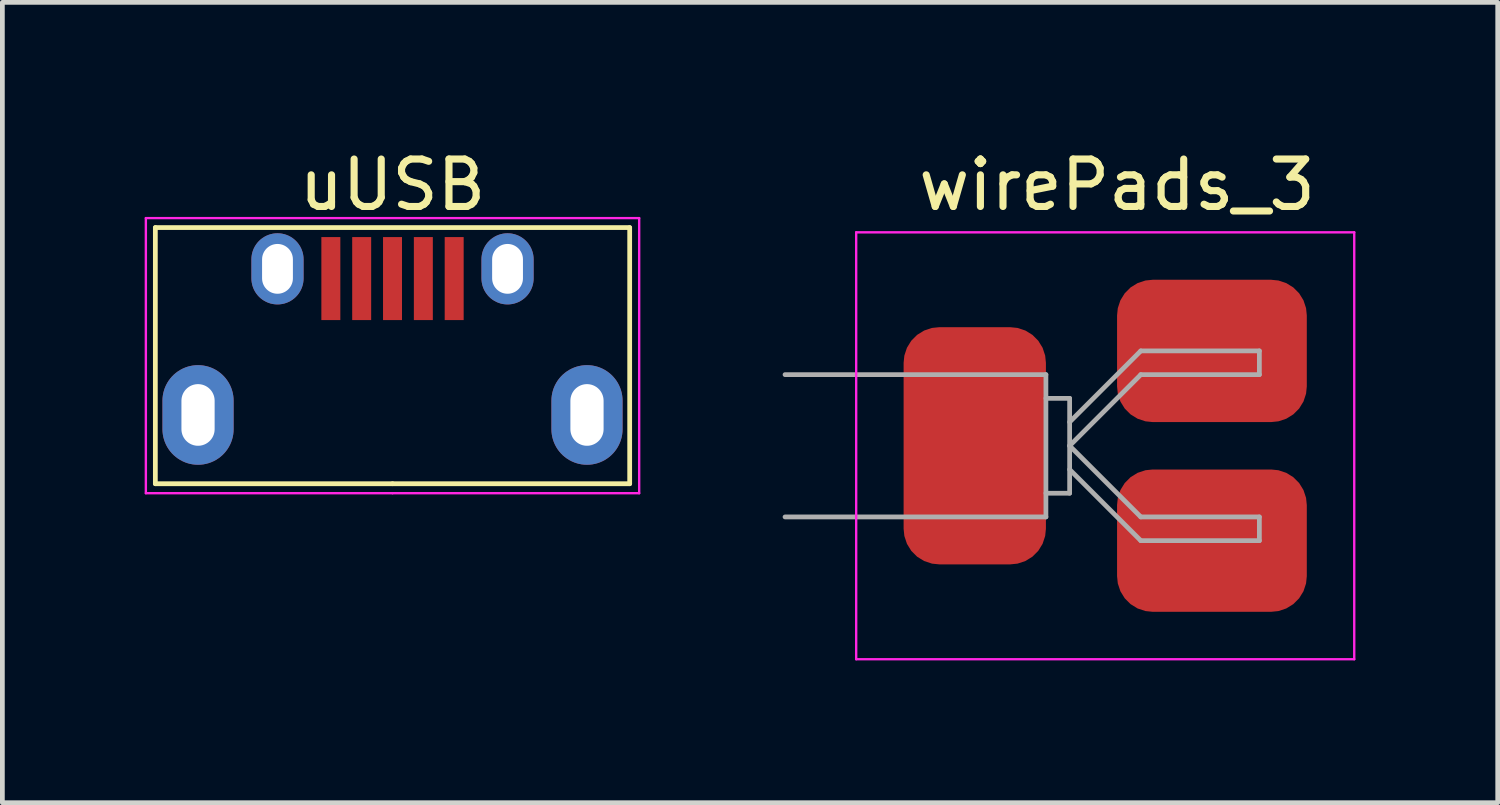
<source format=kicad_pcb>
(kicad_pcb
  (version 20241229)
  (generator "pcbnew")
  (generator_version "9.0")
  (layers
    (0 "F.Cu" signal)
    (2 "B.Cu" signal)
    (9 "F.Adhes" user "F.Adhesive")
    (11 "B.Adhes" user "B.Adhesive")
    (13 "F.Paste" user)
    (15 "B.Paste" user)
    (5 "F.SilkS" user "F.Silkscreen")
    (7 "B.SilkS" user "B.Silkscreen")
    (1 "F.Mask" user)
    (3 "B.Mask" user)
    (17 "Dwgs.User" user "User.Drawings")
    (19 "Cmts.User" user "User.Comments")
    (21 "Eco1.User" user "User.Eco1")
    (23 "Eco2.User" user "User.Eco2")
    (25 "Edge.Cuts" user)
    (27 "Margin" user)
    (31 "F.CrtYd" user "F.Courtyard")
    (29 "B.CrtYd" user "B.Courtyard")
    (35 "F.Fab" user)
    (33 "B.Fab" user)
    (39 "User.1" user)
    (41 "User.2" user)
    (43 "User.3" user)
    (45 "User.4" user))
  (footprint "wirePads_3"
    (layer "F.Cu")
    (at 20.5 6.348)
    (property "Reference" "wirePads_3" (at 0 -5.5 0) (layer "F.SilkS") (effects (font (size 1 1) (thickness 0.15))))
    (attr through_hole)
    (fp_line (start -5.5 -4.5) (end -5.5 4.5) (stroke (width 0.05) (type solid)) (layer "F.CrtYd"))
    (fp_line (start -5.5 4.5) (end 5 4.5) (stroke (width 0.05) (type solid)) (layer "F.CrtYd"))
    (fp_line (start 5 -4.5) (end -5.5 -4.5) (stroke (width 0.05) (type solid)) (layer "F.CrtYd"))
    (fp_line (start 5 4.5) (end 5 -4.5) (stroke (width 0.05) (type solid)) (layer "F.CrtYd"))
    (fp_line (start -7 -1.5) (end -1.5 -1.5) (stroke (width 0.1) (type solid)) (layer "F.Fab"))
    (fp_line (start -1.5 -1.5) (end -1.5 1.5) (stroke (width 0.1) (type solid)) (layer "F.Fab"))
    (fp_line (start -1.5 -1) (end -1 -1) (stroke (width 0.1) (type solid)) (layer "F.Fab"))
    (fp_line (start -1.5 1.5) (end -7 1.5) (stroke (width 0.1) (type solid)) (layer "F.Fab"))
    (fp_line (start -1 -1) (end -1 1) (stroke (width 0.1) (type solid)) (layer "F.Fab"))
    (fp_line (start -1 -0.5) (end 0.5 -2) (stroke (width 0.1) (type solid)) (layer "F.Fab"))
    (fp_line (start -1 0) (end 0.5 1.5) (stroke (width 0.1) (type solid)) (layer "F.Fab"))
    (fp_line (start -1 1) (end -1.5 1) (stroke (width 0.1) (type solid)) (layer "F.Fab"))
    (fp_line (start 0.5 -2) (end 3 -2) (stroke (width 0.1) (type solid)) (layer "F.Fab"))
    (fp_line (start 0.5 -1.5) (end -1 0) (stroke (width 0.1) (type solid)) (layer "F.Fab"))
    (fp_line (start 0.5 1.5) (end 3 1.5) (stroke (width 0.1) (type solid)) (layer "F.Fab"))
    (fp_line (start 0.5 2) (end -1 0.5) (stroke (width 0.1) (type solid)) (layer "F.Fab"))
    (fp_line (start 3 -2) (end 3 -1.5) (stroke (width 0.1) (type solid)) (layer "F.Fab"))
    (fp_line (start 3 -1.5) (end 0.5 -1.5) (stroke (width 0.1) (type solid)) (layer "F.Fab"))
    (fp_line (start 3 1.5) (end 3 2) (stroke (width 0.1) (type solid)) (layer "F.Fab"))
    (fp_line (start 3 2) (end 0.5 2) (stroke (width 0.1) (type solid)) (layer "F.Fab"))
    (pad "1" smd roundrect (at -3 0) (size 3 5) (layers "F.Cu" "F.Mask") (roundrect_rratio 0.25))
    (pad "2" smd roundrect (at 2 2) (size 4 3) (layers "F.Cu" "F.Mask") (roundrect_rratio 0.25))
    (pad "3" smd roundrect (at 2 -2) (size 4 3) (layers "F.Cu" "F.Mask") (roundrect_rratio 0.25)))
  (footprint "uUSB"
    (layer "F.Cu")
    (at 5.225 7.348)
    (property "Reference" "uUSB" (at 0 -6.5 0) (layer "F.SilkS") (effects (font (size 1 1) (thickness 0.15))))
    (attr through_hole)
    (fp_line (start -5 -5.6) (end -5 -0.2) (stroke (width 0.1) (type solid)) (layer "F.SilkS"))
    (fp_line (start -5 -0.2) (end 0 -0.2) (stroke (width 0.1) (type solid)) (layer "F.SilkS"))
    (fp_line (start 0 -0.2) (end 5 -0.2) (stroke (width 0.1) (type solid)) (layer "F.SilkS"))
    (fp_line (start 5 -5.6) (end -5 -5.6) (stroke (width 0.1) (type solid)) (layer "F.SilkS"))
    (fp_line (start 5 -0.2) (end 5 -5.6) (stroke (width 0.1) (type solid)) (layer "F.SilkS"))
    (fp_line (start -5.2 -5.8) (end 5.2 -5.8) (stroke (width 0.05) (type solid)) (layer "F.CrtYd"))
    (fp_line (start -5.2 0) (end -5.2 -5.8) (stroke (width 0.05) (type solid)) (layer "F.CrtYd"))
    (fp_line (start 0 0) (end -5.2 0) (stroke (width 0.05) (type solid)) (layer "F.CrtYd"))
    (fp_line (start 0 0) (end 5.2 0) (stroke (width 0.05) (type solid)) (layer "F.CrtYd"))
    (fp_line (start 5.2 -5.8) (end 5.2 0) (stroke (width 0.05) (type solid)) (layer "F.CrtYd"))
    (pad "1" smd rect (at -1.3 -4.525) (size 0.4 1.75) (layers "F.Cu" "F.Mask" "F.Paste"))
    (pad "2" smd rect (at -0.65 -4.525) (size 0.4 1.75) (layers "F.Cu" "F.Mask" "F.Paste"))
    (pad "3" smd rect (at 0 -4.525) (size 0.4 1.75) (layers "F.Cu" "F.Mask" "F.Paste"))
    (pad "4" smd rect (at 0.65 -4.525) (size 0.4 1.75) (layers "F.Cu" "F.Mask" "F.Paste"))
    (pad "5" smd rect (at 1.3 -4.525) (size 0.4 1.75) (layers "F.Cu" "F.Mask" "F.Paste"))
    (pad "6" thru_hole oval (at -4.1 -1.65) (size 1.5 2.1) (drill oval 0.7 1.3) (layers "*.Cu" "*.Mask"))
    (pad "6" thru_hole oval (at -2.425 -4.73) (size 1.1 1.5) (drill oval 0.65 1.05) (layers "*.Cu" "*.Mask"))
    (pad "6" thru_hole oval (at 2.425 -4.73) (size 1.1 1.5) (drill oval 0.65 1.05) (layers "*.Cu" "*.Mask"))
    (pad "6" thru_hole oval (at 4.1 -1.65) (size 1.5 2.1) (drill oval 0.7 1.3) (layers "*.Cu" "*.Mask")))
  (gr_rect
    (start -3 -3)
    (end 28.525 13.873)
    (stroke (width 0.1) (type default))
    (fill no)
    (layer "Edge.Cuts")))
</source>
